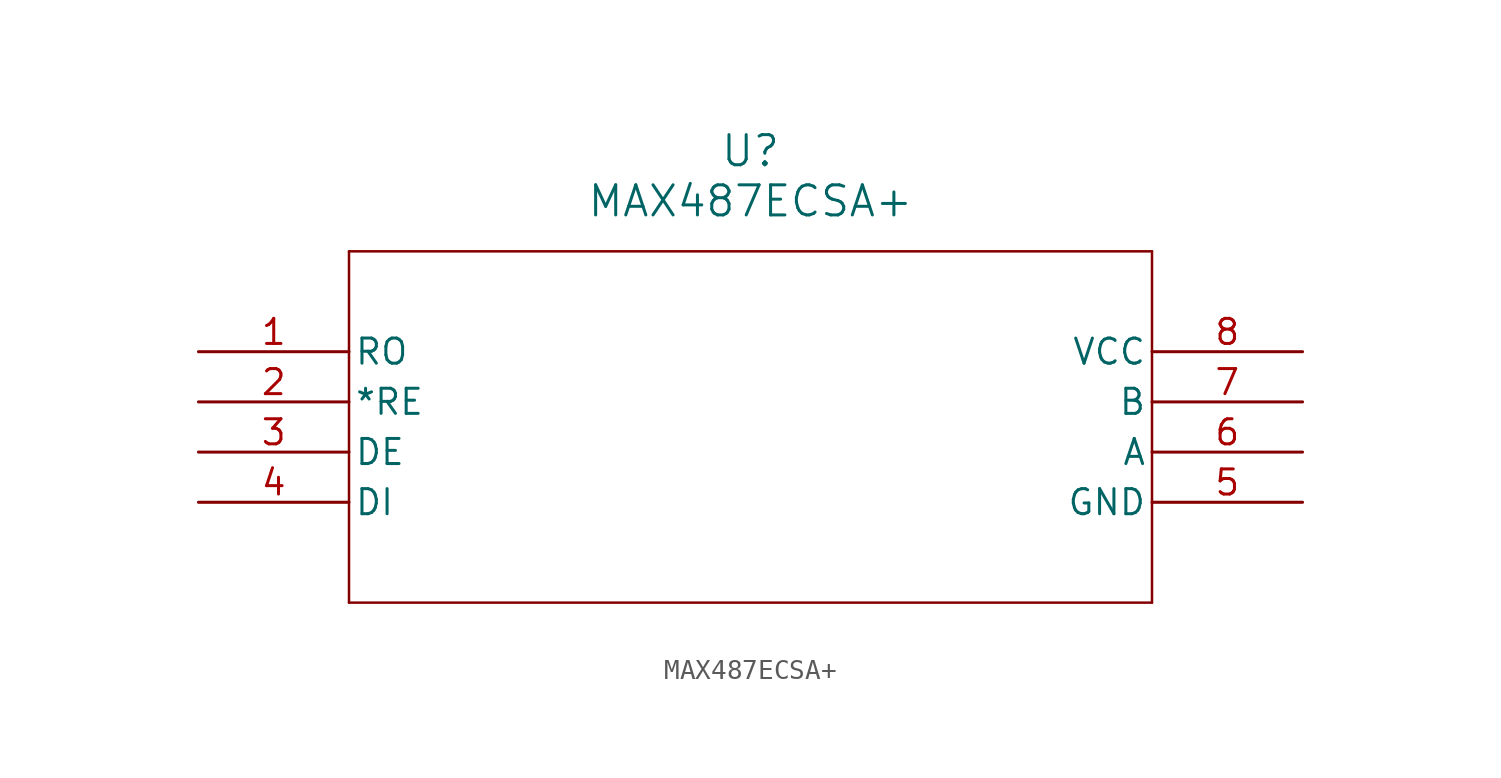
<source format=kicad_sym>
(kicad_symbol_lib
  (version 20220914)
  (generator kicad_symbol_editor)
  (symbol "MAX487ECSA+"
    (pin_names
      (offset 0.254))
    (property "Reference" "U"
      (at 27.94 10.16 0)
      (effects (font (size 1.524 1.524))))
    (property "Value" "MAX487ECSA+"
      (at 27.94 7.62 0)
      (effects (font (size 1.524 1.524))))
    (property "ki_locked" ""
      (at 0 0 0)
      (effects (font (size 1.27 1.27))))
    (symbol "MAX487ECSA+_1_1"
      (polyline (pts (xy 7.62 -12.7) (xy 48.26 -12.7)) (stroke (width 0.127) (type default)) (fill (type none)))
      (polyline (pts (xy 7.62 5.08) (xy 7.62 -12.7)) (stroke (width 0.127) (type default)) (fill (type none)))
      (polyline (pts (xy 48.26 -12.7) (xy 48.26 5.08)) (stroke (width 0.127) (type default)) (fill (type none)))
      (polyline (pts (xy 48.26 5.08) (xy 7.62 5.08)) (stroke (width 0.127) (type default)) (fill (type none)))
      (pin output line (at 0 0 0) (length 7.62) (name "RO" (effects (font (size 1.27 1.27)))) (number "1" (effects (font (size 1.27 1.27)))))
      (pin input line (at 0 -2.54 0) (length 7.62) (name "*RE" (effects (font (size 1.27 1.27)))) (number "2" (effects (font (size 1.27 1.27)))))
      (pin input line (at 0 -5.08 0) (length 7.62) (name "DE" (effects (font (size 1.27 1.27)))) (number "3" (effects (font (size 1.27 1.27)))))
      (pin input line (at 0 -7.62 0) (length 7.62) (name "DI" (effects (font (size 1.27 1.27)))) (number "4" (effects (font (size 1.27 1.27)))))
      (pin power_in line (at 55.88 -7.62 180) (length 7.62) (name "GND" (effects (font (size 1.27 1.27)))) (number "5" (effects (font (size 1.27 1.27)))))
      (pin bidirectional line (at 55.88 -5.08 180) (length 7.62) (name "A" (effects (font (size 1.27 1.27)))) (number "6" (effects (font (size 1.27 1.27)))))
      (pin bidirectional line (at 55.88 -2.54 180) (length 7.62) (name "B" (effects (font (size 1.27 1.27)))) (number "7" (effects (font (size 1.27 1.27)))))
      (pin power_in line (at 55.88 0 180) (length 7.62) (name "VCC" (effects (font (size 1.27 1.27)))) (number "8" (effects (font (size 1.27 1.27))))))))
</source>
